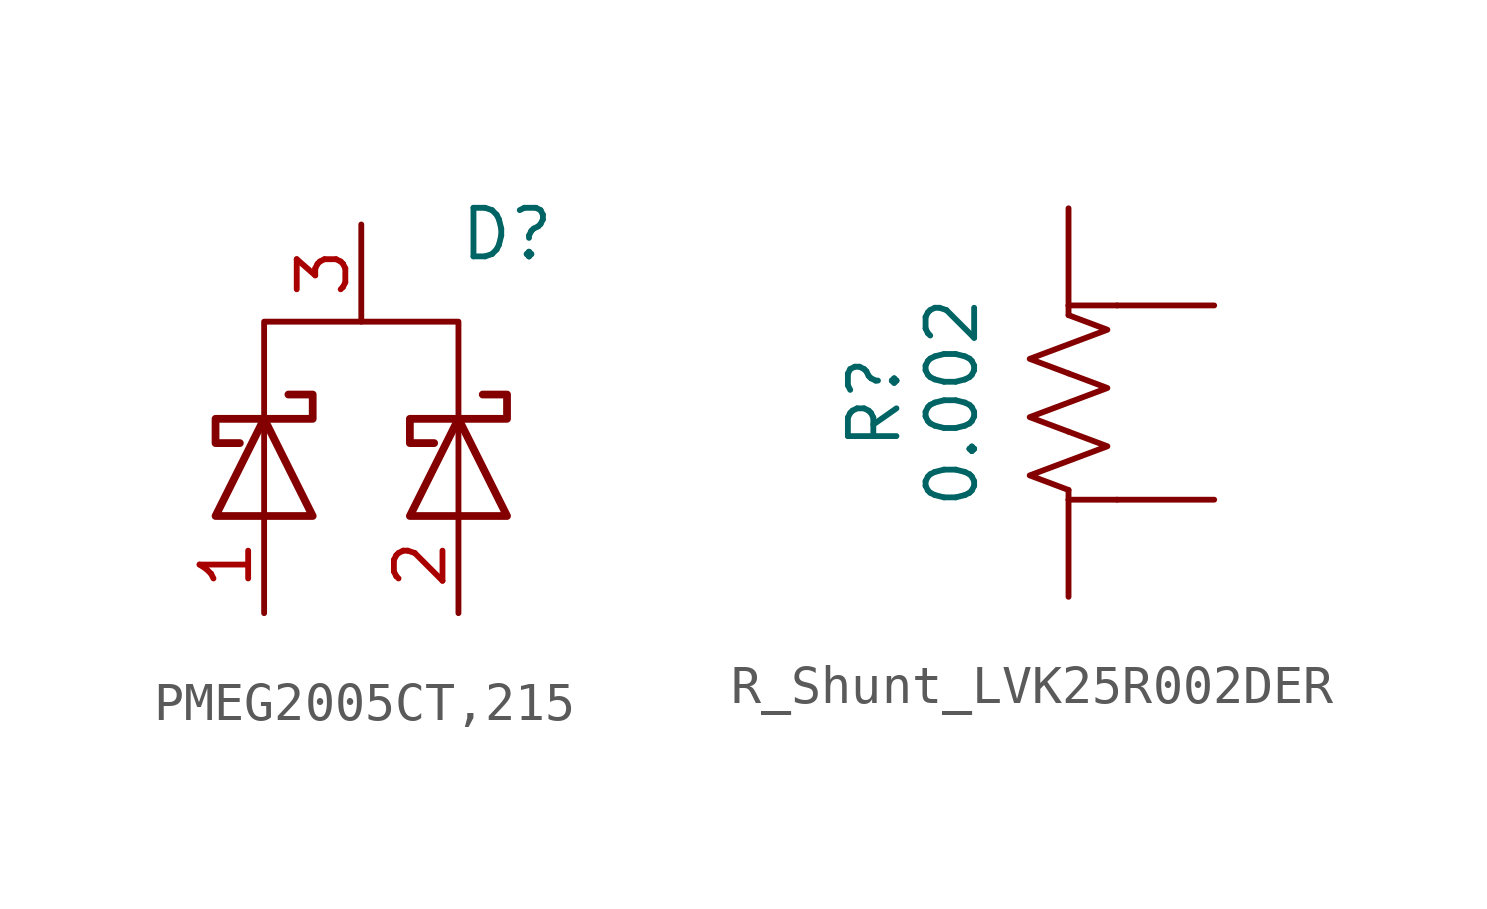
<source format=kicad_sym>
(kicad_symbol_lib
  (version 20231120)
  (generator "kicad_symbol_editor")
  (generator_version "8.0")
  (symbol "PMEG2005CT,215"
    (pin_names hide)
    (property "Reference" "D"
      (at 3.81 -0.254 0)
      (effects (font (size 1.27 1.27))))
    (property "Value" ""
      (at 0 0 0)
      (effects (font (size 1.27 1.27))))
    (symbol "PMEG2005CT,215_0_1"
      (polyline (pts (xy -2.54 -7.62) (xy -2.54 -5.08)) (stroke (width 0) (type default)) (fill (type none)))
      (polyline (pts (xy 2.54 -7.62) (xy 2.54 -5.08)) (stroke (width 0) (type default)) (fill (type none)))
      (polyline (pts (xy -1.27 -7.62) (xy -3.81 -7.62) (xy -2.54 -5.08) (xy -1.27 -7.62)) (stroke (width 0.203) (type default)) (fill (type none)))
      (polyline (pts (xy 2.54 -5.08) (xy 2.54 -2.54) (xy -2.54 -2.54) (xy -2.54 -5.08)) (stroke (width 0) (type default)) (fill (type none)))
      (polyline (pts (xy 3.81 -7.62) (xy 1.27 -7.62) (xy 2.54 -5.08) (xy 3.81 -7.62)) (stroke (width 0.203) (type default)) (fill (type none)))
      (polyline (pts (xy -1.905 -4.445) (xy -1.27 -4.445) (xy -1.27 -5.08) (xy -3.81 -5.08) (xy -3.81 -5.715) (xy -3.175 -5.715)) (stroke (width 0.203) (type default)) (fill (type none)))
      (polyline (pts (xy 3.175 -4.445) (xy 3.81 -4.445) (xy 3.81 -5.08) (xy 1.27 -5.08) (xy 1.27 -5.715) (xy 1.905 -5.715)) (stroke (width 0.203) (type default)) (fill (type none))))
    (symbol "PMEG2005CT,215_1_1"
      (pin passive line (at -2.54 -10.16 90) (length 2.54) (name "A1" (effects (font (size 1.27 1.27)))) (number "1" (effects (font (size 1.27 1.27)))))
      (pin passive line (at 2.54 -10.16 90) (length 2.54) (name "A2" (effects (font (size 1.27 1.27)))) (number "2" (effects (font (size 1.27 1.27)))))
      (pin passive line (at 0 0 270) (length 2.54) (name "K" (effects (font (size 1.27 1.27)))) (number "3" (effects (font (size 1.27 1.27)))))))
  (symbol "R_Shunt_LVK25R002DER"
    (pin_numbers hide)
    (pin_names
      (offset 0) hide)
    (property "Reference" "R"
      (at -5.08 0 90)
      (effects (font (size 1.27 1.27))))
    (property "Value" "0.002"
      (at -3.048 0 90)
      (effects (font (size 1.27 1.27))))
    (symbol "R_Shunt_LVK25R002DER_1_1"
      (polyline (pts (xy 0 -2.54) (xy 1.27 -2.54)) (stroke (width 0) (type default)) (fill (type none)))
      (polyline (pts (xy 0 -2.286) (xy 0 -2.54)) (stroke (width 0) (type default)) (fill (type none)))
      (polyline (pts (xy 0 2.286) (xy 0 2.54)) (stroke (width 0) (type default)) (fill (type none)))
      (polyline (pts (xy 1.27 2.54) (xy 0 2.54)) (stroke (width 0) (type default)) (fill (type none)))
      (polyline (pts (xy 0 -0.762) (xy 1.016 -1.143) (xy 0 -1.524) (xy -1.016 -1.905) (xy 0 -2.286)) (stroke (width 0) (type default)) (fill (type none)))
      (polyline (pts (xy 0 0.762) (xy 1.016 0.381) (xy 0 0) (xy -1.016 -0.381) (xy 0 -0.762)) (stroke (width 0) (type default)) (fill (type none)))
      (polyline (pts (xy 0 2.286) (xy 1.016 1.905) (xy 0 1.524) (xy -1.016 1.143) (xy 0 0.762)) (stroke (width 0) (type default)) (fill (type none)))
      (pin passive line (at 0 5.08 270) (length 2.54) (name "V1" (effects (font (size 1.27 1.27)))) (number "1" (effects (font (size 1.27 1.27)))))
      (pin passive line (at 3.81 2.54 180) (length 2.54) (name "I1" (effects (font (size 1.27 1.27)))) (number "2" (effects (font (size 1.27 1.27)))))
      (pin passive line (at 0 -5.08 90) (length 2.54) (name "V2" (effects (font (size 1.27 1.27)))) (number "3" (effects (font (size 1.27 1.27)))))
      (pin passive line (at 3.81 -2.54 180) (length 2.54) (name "I2" (effects (font (size 1.27 1.27)))) (number "4" (effects (font (size 1.27 1.27))))))))
</source>
